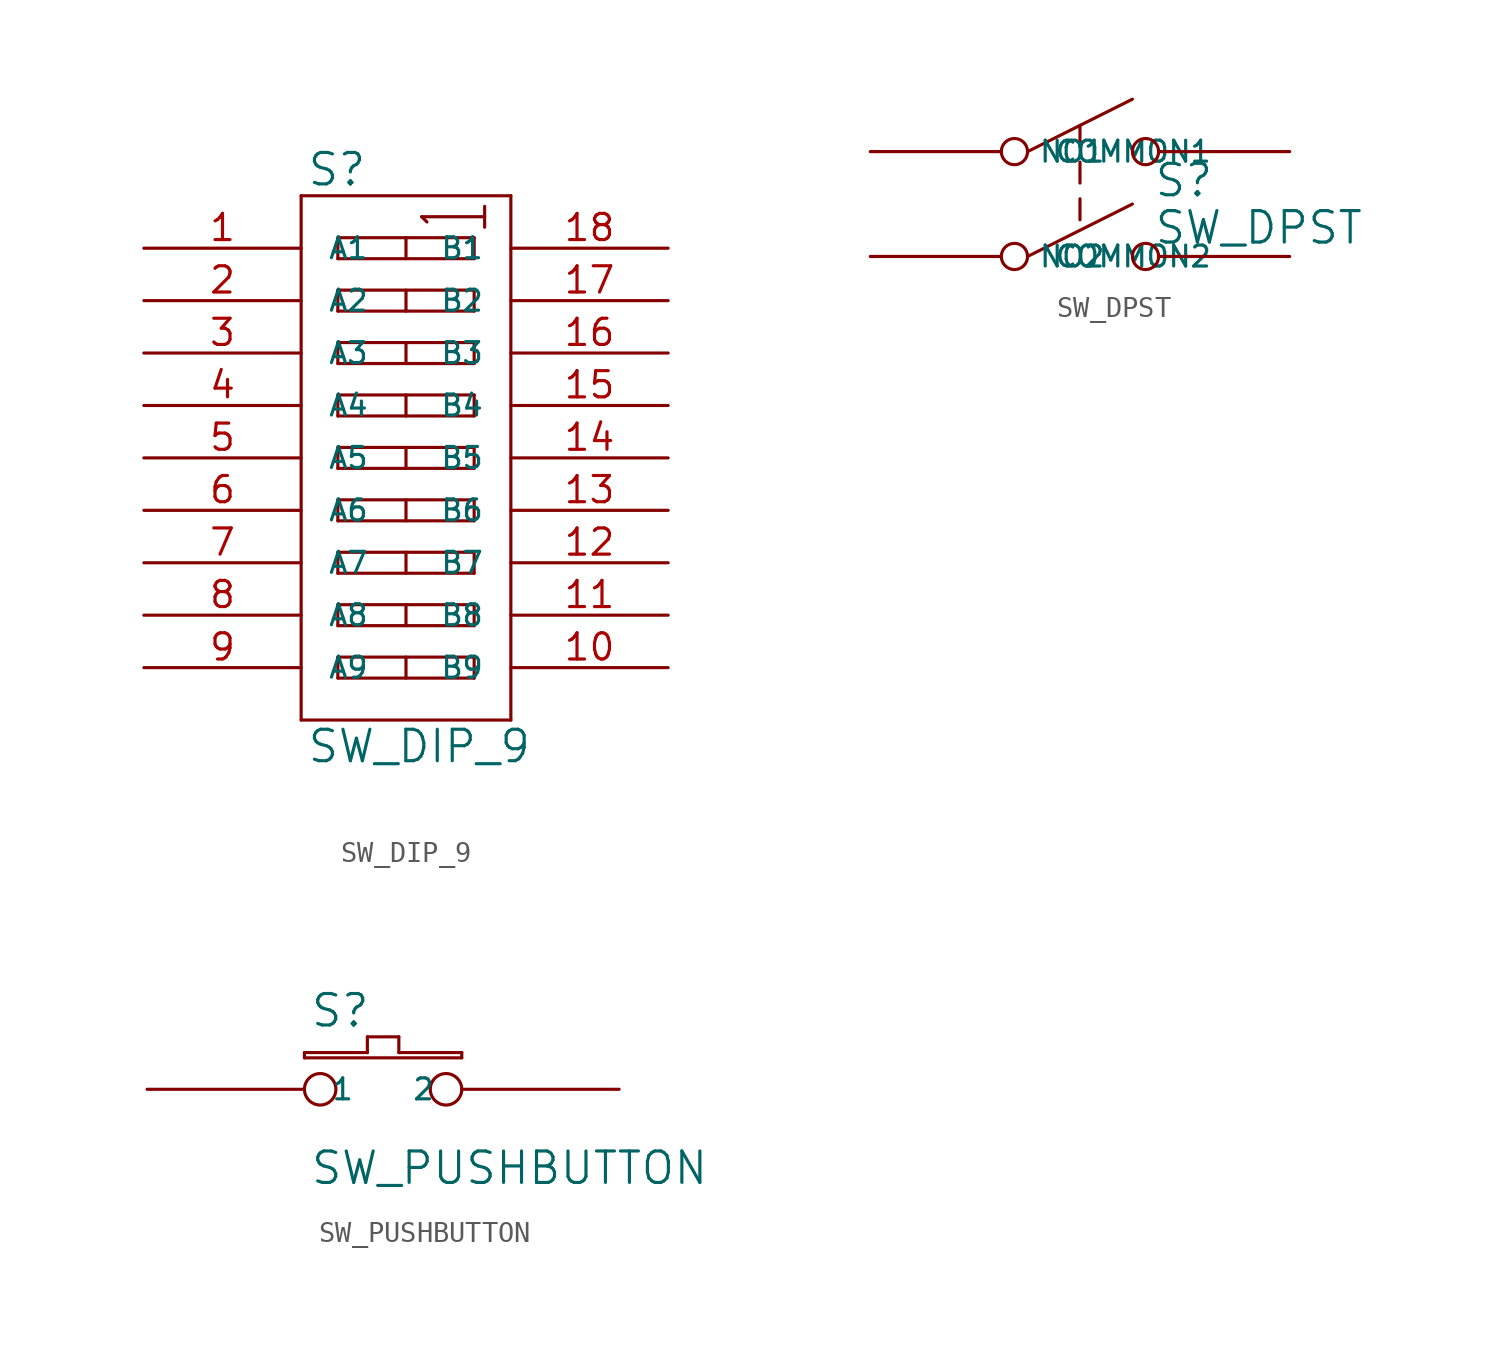
<source format=kicad_sym>
(kicad_symbol_lib
  (version 20231120)
  (generator "kicad_symbol_editor")
  (generator_version "8.0")
  (symbol "SW_DIP_9"
    (pin_names
      (offset 1.27))
    (property "Reference" "S"
      (at 0.254 0.381 0)
      (effects (font (size 1.524 1.524)) (justify left bottom)))
    (property "Value" "SW_DIP_9"
      (at 0.254 -25.781 0)
      (effects (font (size 1.524 1.524)) (justify left top)))
    (symbol "SW_DIP_9_0_1"
      (polyline (pts (xy 0 -25.4) (xy 10.16 -25.4)) (stroke (width 0) (type solid)) (fill (type none)))
      (polyline (pts (xy 0 0) (xy 0 -25.4)) (stroke (width 0) (type solid)) (fill (type none)))
      (polyline (pts (xy 1.778 -23.368) (xy 1.778 -22.352)) (stroke (width 0) (type solid)) (fill (type none)))
      (polyline (pts (xy 1.778 -22.352) (xy 8.382 -22.352)) (stroke (width 0) (type solid)) (fill (type none)))
      (polyline (pts (xy 1.778 -20.828) (xy 1.778 -19.812)) (stroke (width 0) (type solid)) (fill (type none)))
      (polyline (pts (xy 1.778 -19.812) (xy 8.382 -19.812)) (stroke (width 0) (type solid)) (fill (type none)))
      (polyline (pts (xy 1.778 -18.288) (xy 1.778 -17.272)) (stroke (width 0) (type solid)) (fill (type none)))
      (polyline (pts (xy 1.778 -17.272) (xy 8.382 -17.272)) (stroke (width 0) (type solid)) (fill (type none)))
      (polyline (pts (xy 1.778 -15.748) (xy 1.778 -14.732)) (stroke (width 0) (type solid)) (fill (type none)))
      (polyline (pts (xy 1.778 -14.732) (xy 8.382 -14.732)) (stroke (width 0) (type solid)) (fill (type none)))
      (polyline (pts (xy 1.778 -13.208) (xy 1.778 -12.192)) (stroke (width 0) (type solid)) (fill (type none)))
      (polyline (pts (xy 1.778 -12.192) (xy 8.382 -12.192)) (stroke (width 0) (type solid)) (fill (type none)))
      (polyline (pts (xy 1.778 -10.668) (xy 1.778 -9.652)) (stroke (width 0) (type solid)) (fill (type none)))
      (polyline (pts (xy 1.778 -9.652) (xy 8.382 -9.652)) (stroke (width 0) (type solid)) (fill (type none)))
      (polyline (pts (xy 1.778 -8.128) (xy 1.778 -7.112)) (stroke (width 0) (type solid)) (fill (type none)))
      (polyline (pts (xy 1.778 -7.112) (xy 8.382 -7.112)) (stroke (width 0) (type solid)) (fill (type none)))
      (polyline (pts (xy 1.778 -5.588) (xy 1.778 -4.572)) (stroke (width 0) (type solid)) (fill (type none)))
      (polyline (pts (xy 1.778 -4.572) (xy 8.382 -4.572)) (stroke (width 0) (type solid)) (fill (type none)))
      (polyline (pts (xy 1.778 -3.048) (xy 1.778 -2.032)) (stroke (width 0) (type solid)) (fill (type none)))
      (polyline (pts (xy 1.778 -2.032) (xy 8.382 -2.032)) (stroke (width 0) (type solid)) (fill (type none)))
      (polyline (pts (xy 5.08 -22.352) (xy 5.08 -23.368)) (stroke (width 0) (type solid)) (fill (type none)))
      (polyline (pts (xy 5.08 -19.812) (xy 5.08 -20.828)) (stroke (width 0) (type solid)) (fill (type none)))
      (polyline (pts (xy 5.08 -17.272) (xy 5.08 -18.288)) (stroke (width 0) (type solid)) (fill (type none)))
      (polyline (pts (xy 5.08 -14.732) (xy 5.08 -15.748)) (stroke (width 0) (type solid)) (fill (type none)))
      (polyline (pts (xy 5.08 -12.192) (xy 5.08 -13.208)) (stroke (width 0) (type solid)) (fill (type none)))
      (polyline (pts (xy 5.08 -9.652) (xy 5.08 -10.668)) (stroke (width 0) (type solid)) (fill (type none)))
      (polyline (pts (xy 5.08 -7.112) (xy 5.08 -8.128)) (stroke (width 0) (type solid)) (fill (type none)))
      (polyline (pts (xy 5.08 -4.572) (xy 5.08 -5.588)) (stroke (width 0) (type solid)) (fill (type none)))
      (polyline (pts (xy 5.08 -2.032) (xy 5.08 -3.048)) (stroke (width 0) (type solid)) (fill (type none)))
      (polyline (pts (xy 5.842 -1.016) (xy 8.89 -1.016)) (stroke (width 0) (type solid)) (fill (type none)))
      (polyline (pts (xy 6.096 -1.27) (xy 5.842 -1.016)) (stroke (width 0) (type solid)) (fill (type none)))
      (polyline (pts (xy 8.382 -23.368) (xy 1.778 -23.368)) (stroke (width 0) (type solid)) (fill (type none)))
      (polyline (pts (xy 8.382 -22.352) (xy 8.382 -23.368)) (stroke (width 0) (type solid)) (fill (type none)))
      (polyline (pts (xy 8.382 -20.828) (xy 1.778 -20.828)) (stroke (width 0) (type solid)) (fill (type none)))
      (polyline (pts (xy 8.382 -19.812) (xy 8.382 -20.828)) (stroke (width 0) (type solid)) (fill (type none)))
      (polyline (pts (xy 8.382 -18.288) (xy 1.778 -18.288)) (stroke (width 0) (type solid)) (fill (type none)))
      (polyline (pts (xy 8.382 -17.272) (xy 8.382 -18.288)) (stroke (width 0) (type solid)) (fill (type none)))
      (polyline (pts (xy 8.382 -15.748) (xy 1.778 -15.748)) (stroke (width 0) (type solid)) (fill (type none)))
      (polyline (pts (xy 8.382 -14.732) (xy 8.382 -15.748)) (stroke (width 0) (type solid)) (fill (type none)))
      (polyline (pts (xy 8.382 -13.208) (xy 1.778 -13.208)) (stroke (width 0) (type solid)) (fill (type none)))
      (polyline (pts (xy 8.382 -12.192) (xy 8.382 -13.208)) (stroke (width 0) (type solid)) (fill (type none)))
      (polyline (pts (xy 8.382 -10.668) (xy 1.778 -10.668)) (stroke (width 0) (type solid)) (fill (type none)))
      (polyline (pts (xy 8.382 -9.652) (xy 8.382 -10.668)) (stroke (width 0) (type solid)) (fill (type none)))
      (polyline (pts (xy 8.382 -8.128) (xy 1.778 -8.128)) (stroke (width 0) (type solid)) (fill (type none)))
      (polyline (pts (xy 8.382 -7.112) (xy 8.382 -8.128)) (stroke (width 0) (type solid)) (fill (type none)))
      (polyline (pts (xy 8.382 -5.588) (xy 1.778 -5.588)) (stroke (width 0) (type solid)) (fill (type none)))
      (polyline (pts (xy 8.382 -4.572) (xy 8.382 -5.588)) (stroke (width 0) (type solid)) (fill (type none)))
      (polyline (pts (xy 8.382 -3.048) (xy 1.778 -3.048)) (stroke (width 0) (type solid)) (fill (type none)))
      (polyline (pts (xy 8.382 -2.032) (xy 8.382 -3.048)) (stroke (width 0) (type solid)) (fill (type none)))
      (polyline (pts (xy 8.89 -0.508) (xy 8.89 -1.524)) (stroke (width 0) (type solid)) (fill (type none)))
      (polyline (pts (xy 10.16 -25.4) (xy 10.16 0)) (stroke (width 0) (type solid)) (fill (type none)))
      (polyline (pts (xy 10.16 0) (xy 0 0)) (stroke (width 0) (type solid)) (fill (type none))))
    (symbol "SW_DIP_9_1_1"
      (pin passive line (at -7.62 -2.54 0) (length 7.62) (name "A1" (effects (font (size 1.016 1.016)))) (number "1" (effects (font (size 1.27 1.27)))))
      (pin passive line (at 17.78 -22.86 180) (length 7.62) (name "B9" (effects (font (size 1.016 1.016)))) (number "10" (effects (font (size 1.27 1.27)))))
      (pin passive line (at 17.78 -20.32 180) (length 7.62) (name "B8" (effects (font (size 1.016 1.016)))) (number "11" (effects (font (size 1.27 1.27)))))
      (pin passive line (at 17.78 -17.78 180) (length 7.62) (name "B7" (effects (font (size 1.016 1.016)))) (number "12" (effects (font (size 1.27 1.27)))))
      (pin passive line (at 17.78 -15.24 180) (length 7.62) (name "B6" (effects (font (size 1.016 1.016)))) (number "13" (effects (font (size 1.27 1.27)))))
      (pin passive line (at 17.78 -12.7 180) (length 7.62) (name "B5" (effects (font (size 1.016 1.016)))) (number "14" (effects (font (size 1.27 1.27)))))
      (pin passive line (at 17.78 -10.16 180) (length 7.62) (name "B4" (effects (font (size 1.016 1.016)))) (number "15" (effects (font (size 1.27 1.27)))))
      (pin passive line (at 17.78 -7.62 180) (length 7.62) (name "B3" (effects (font (size 1.016 1.016)))) (number "16" (effects (font (size 1.27 1.27)))))
      (pin passive line (at 17.78 -5.08 180) (length 7.62) (name "B2" (effects (font (size 1.016 1.016)))) (number "17" (effects (font (size 1.27 1.27)))))
      (pin passive line (at 17.78 -2.54 180) (length 7.62) (name "B1" (effects (font (size 1.016 1.016)))) (number "18" (effects (font (size 1.27 1.27)))))
      (pin passive line (at -7.62 -5.08 0) (length 7.62) (name "A2" (effects (font (size 1.016 1.016)))) (number "2" (effects (font (size 1.27 1.27)))))
      (pin passive line (at -7.62 -7.62 0) (length 7.62) (name "A3" (effects (font (size 1.016 1.016)))) (number "3" (effects (font (size 1.27 1.27)))))
      (pin passive line (at -7.62 -10.16 0) (length 7.62) (name "A4" (effects (font (size 1.016 1.016)))) (number "4" (effects (font (size 1.27 1.27)))))
      (pin passive line (at -7.62 -12.7 0) (length 7.62) (name "A5" (effects (font (size 1.016 1.016)))) (number "5" (effects (font (size 1.27 1.27)))))
      (pin passive line (at -7.62 -15.24 0) (length 7.62) (name "A6" (effects (font (size 1.016 1.016)))) (number "6" (effects (font (size 1.27 1.27)))))
      (pin passive line (at -7.62 -17.78 0) (length 7.62) (name "A7" (effects (font (size 1.016 1.016)))) (number "7" (effects (font (size 1.27 1.27)))))
      (pin passive line (at -7.62 -20.32 0) (length 7.62) (name "A8" (effects (font (size 1.016 1.016)))) (number "8" (effects (font (size 1.27 1.27)))))
      (pin passive line (at -7.62 -22.86 0) (length 7.62) (name "A9" (effects (font (size 1.016 1.016)))) (number "9" (effects (font (size 1.27 1.27)))))))
  (symbol "SW_DPST"
    (pin_names
      (offset 1.27))
    (property "Reference" "S"
      (at 6.096 -4.826 0)
      (effects (font (size 1.524 1.524)) (justify left bottom)))
    (property "Value" "SW_DPST"
      (at 6.096 -5.334 0)
      (effects (font (size 1.524 1.524)) (justify left top)))
    (symbol "SW_DPST_0_1"
      (polyline (pts (xy 0 -7.62) (xy 5.08 -5.08)) (stroke (width 0) (type solid)) (fill (type none)))
      (polyline (pts (xy 0 -2.54) (xy 5.08 0)) (stroke (width 0) (type solid)) (fill (type none)))
      (polyline (pts (xy 2.54 -4.826) (xy 2.54 -5.842)) (stroke (width 0) (type solid)) (fill (type none)))
      (polyline (pts (xy 2.54 -3.048) (xy 2.54 -4.064)) (stroke (width 0) (type solid)) (fill (type none)))
      (polyline (pts (xy 2.54 -1.27) (xy 2.54 -2.286)) (stroke (width 0) (type solid)) (fill (type none))))
    (symbol "SW_DPST_1_1"
      (pin passive inverted (at -7.62 -2.54 0) (length 7.62) (name "COMMON1" (effects (font (size 1.016 1.016)))) (number "~" (effects (font (size 1.27 1.27)))))
      (pin passive inverted (at -7.62 -7.62 0) (length 7.62) (name "COMMON2" (effects (font (size 1.016 1.016)))) (number "~" (effects (font (size 1.27 1.27)))))
      (pin passive inverted (at 12.7 -2.54 180) (length 7.62) (name "NO1" (effects (font (size 1.016 1.016)))) (number "~" (effects (font (size 1.27 1.27)))))
      (pin passive inverted (at 12.7 -7.62 180) (length 7.62) (name "NO2" (effects (font (size 1.016 1.016)))) (number "~" (effects (font (size 1.27 1.27)))))))
  (symbol "SW_PUSHBUTTON"
    (pin_names
      (offset 1.27))
    (property "Reference" "S"
      (at 0.254 0.381 0)
      (effects (font (size 1.524 1.524)) (justify left bottom)))
    (property "Value" "SW_PUSHBUTTON"
      (at 0.254 -5.461 0)
      (effects (font (size 1.524 1.524)) (justify left top)))
    (symbol "SW_PUSHBUTTON_0_1"
      (polyline (pts (xy 0 -1.016) (xy 7.62 -1.016)) (stroke (width 0) (type solid)) (fill (type none)))
      (polyline (pts (xy 0 -0.762) (xy 0 -1.016)) (stroke (width 0) (type solid)) (fill (type none)))
      (polyline (pts (xy 3.048 -0.762) (xy 0 -0.762)) (stroke (width 0) (type solid)) (fill (type none)))
      (polyline (pts (xy 3.048 0) (xy 3.048 -0.762)) (stroke (width 0) (type solid)) (fill (type none)))
      (polyline (pts (xy 4.572 -0.762) (xy 4.572 0)) (stroke (width 0) (type solid)) (fill (type none)))
      (polyline (pts (xy 4.572 0) (xy 3.048 0)) (stroke (width 0) (type solid)) (fill (type none)))
      (polyline (pts (xy 7.62 -1.016) (xy 7.62 -0.762)) (stroke (width 0) (type solid)) (fill (type none)))
      (polyline (pts (xy 7.62 -0.762) (xy 4.572 -0.762)) (stroke (width 0) (type solid)) (fill (type none)))
      (circle (center 0.762 -2.54) (radius 0.762) (stroke (width 0) (type solid)) (fill (type none)))
      (circle (center 6.858 -2.54) (radius 0.762) (stroke (width 0) (type solid)) (fill (type none))))
    (symbol "SW_PUSHBUTTON_1_1"
      (pin passive line (at -7.62 -2.54 0) (length 7.62) (name "1" (effects (font (size 1.016 1.016)))) (number "~" (effects (font (size 1.27 1.27)))))
      (pin passive line (at 15.24 -2.54 180) (length 7.62) (name "2" (effects (font (size 1.016 1.016)))) (number "~" (effects (font (size 1.27 1.27))))))))
</source>
